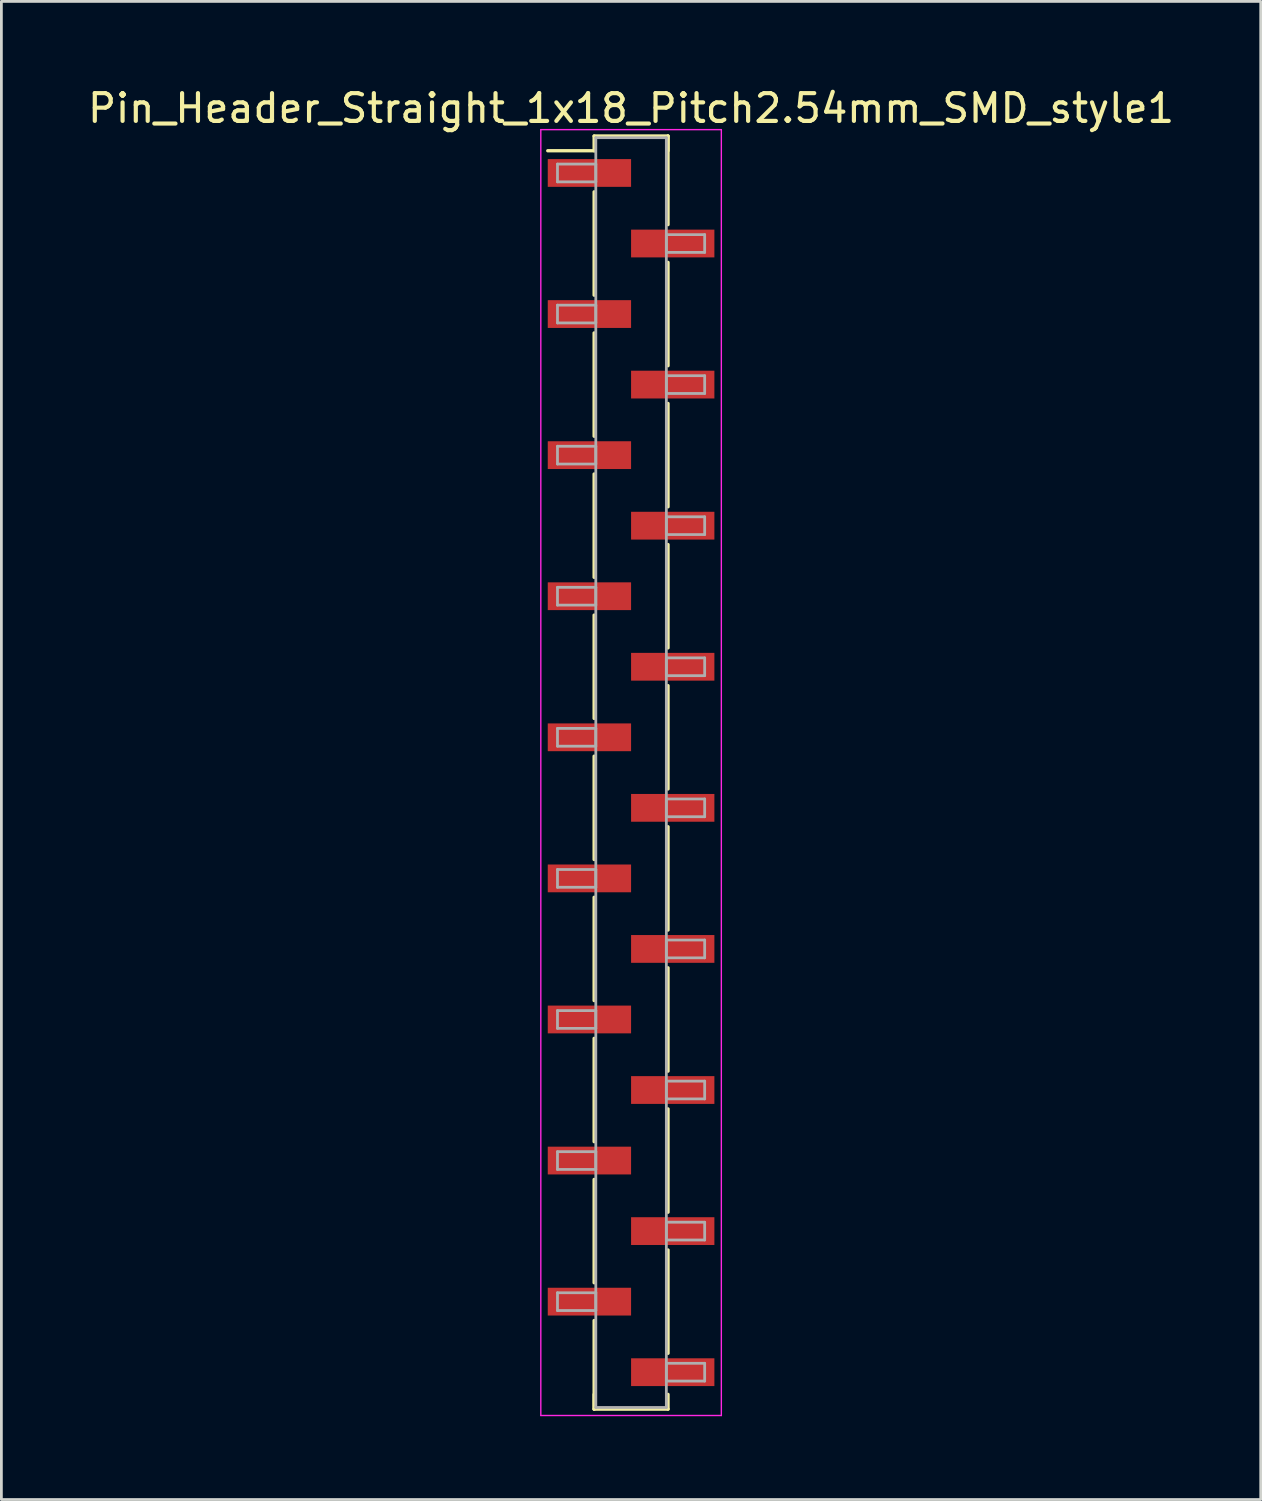
<source format=kicad_pcb>
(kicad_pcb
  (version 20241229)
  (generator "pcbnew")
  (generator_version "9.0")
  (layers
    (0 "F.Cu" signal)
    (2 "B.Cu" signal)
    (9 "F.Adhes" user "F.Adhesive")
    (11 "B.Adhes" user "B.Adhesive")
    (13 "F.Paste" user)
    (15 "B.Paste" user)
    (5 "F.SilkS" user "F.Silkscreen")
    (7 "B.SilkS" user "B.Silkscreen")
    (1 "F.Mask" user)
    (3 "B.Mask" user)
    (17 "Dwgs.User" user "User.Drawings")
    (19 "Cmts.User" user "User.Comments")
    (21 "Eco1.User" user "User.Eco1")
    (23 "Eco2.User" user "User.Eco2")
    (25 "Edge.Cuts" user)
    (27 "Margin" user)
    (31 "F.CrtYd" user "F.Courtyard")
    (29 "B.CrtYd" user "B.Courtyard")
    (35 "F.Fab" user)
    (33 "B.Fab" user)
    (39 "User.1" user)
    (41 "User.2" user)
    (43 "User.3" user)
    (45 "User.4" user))
  (footprint "Pin_Header_Straight_1x18_Pitch2.54mm_SMD_style1"
    (layer "F.Cu")
    (at 19.673 24.768)
    (property "Reference" "Pin_Header_Straight_1x18_Pitch2.54mm_SMD_style1" (at 0 -23.92 0) (layer "F.SilkS") (effects (font (size 1 1) (thickness 0.15))))
    (attr smd)
    (fp_line (start -1.33 -22.92) (end 1.33 -22.92) (stroke (width 0.12) (type solid)) (layer "F.SilkS"))
    (fp_line (start -1.33 -22.39) (end -3 -22.39) (stroke (width 0.12) (type solid)) (layer "F.SilkS"))
    (fp_line (start -1.33 -22.39) (end -1.33 -22.92) (stroke (width 0.12) (type solid)) (layer "F.SilkS"))
    (fp_line (start -1.33 -20.91) (end -1.33 -17.19) (stroke (width 0.12) (type solid)) (layer "F.SilkS"))
    (fp_line (start -1.33 -15.83) (end -1.33 -12.11) (stroke (width 0.12) (type solid)) (layer "F.SilkS"))
    (fp_line (start -1.33 -10.75) (end -1.33 -7.03) (stroke (width 0.12) (type solid)) (layer "F.SilkS"))
    (fp_line (start -1.33 -5.67) (end -1.33 -1.95) (stroke (width 0.12) (type solid)) (layer "F.SilkS"))
    (fp_line (start -1.33 -0.59) (end -1.33 3.13) (stroke (width 0.12) (type solid)) (layer "F.SilkS"))
    (fp_line (start -1.33 4.49) (end -1.33 8.21) (stroke (width 0.12) (type solid)) (layer "F.SilkS"))
    (fp_line (start -1.33 9.57) (end -1.33 13.29) (stroke (width 0.12) (type solid)) (layer "F.SilkS"))
    (fp_line (start -1.33 14.65) (end -1.33 18.37) (stroke (width 0.12) (type solid)) (layer "F.SilkS"))
    (fp_line (start -1.33 19.73) (end -1.33 22.92) (stroke (width 0.12) (type solid)) (layer "F.SilkS"))
    (fp_line (start -1.33 22.39) (end -1.33 22.92) (stroke (width 0.12) (type solid)) (layer "F.SilkS"))
    (fp_line (start -1.33 22.92) (end 1.33 22.92) (stroke (width 0.12) (type solid)) (layer "F.SilkS"))
    (fp_line (start 1.33 -22.92) (end 1.33 -22.39) (stroke (width 0.12) (type solid)) (layer "F.SilkS"))
    (fp_line (start 1.33 -22.92) (end 1.33 -19.73) (stroke (width 0.12) (type solid)) (layer "F.SilkS"))
    (fp_line (start 1.33 -18.37) (end 1.33 -14.65) (stroke (width 0.12) (type solid)) (layer "F.SilkS"))
    (fp_line (start 1.33 -13.29) (end 1.33 -9.57) (stroke (width 0.12) (type solid)) (layer "F.SilkS"))
    (fp_line (start 1.33 -8.21) (end 1.33 -4.49) (stroke (width 0.12) (type solid)) (layer "F.SilkS"))
    (fp_line (start 1.33 -3.13) (end 1.33 0.59) (stroke (width 0.12) (type solid)) (layer "F.SilkS"))
    (fp_line (start 1.33 1.95) (end 1.33 5.67) (stroke (width 0.12) (type solid)) (layer "F.SilkS"))
    (fp_line (start 1.33 7.03) (end 1.33 10.75) (stroke (width 0.12) (type solid)) (layer "F.SilkS"))
    (fp_line (start 1.33 12.11) (end 1.33 15.83) (stroke (width 0.12) (type solid)) (layer "F.SilkS"))
    (fp_line (start 1.33 17.19) (end 1.33 20.91) (stroke (width 0.12) (type solid)) (layer "F.SilkS"))
    (fp_line (start 1.33 22.92) (end 1.33 22.39) (stroke (width 0.12) (type solid)) (layer "F.SilkS"))
    (fp_line (start -3.25 -23.15) (end -3.25 23.15) (stroke (width 0.05) (type solid)) (layer "F.CrtYd"))
    (fp_line (start -3.25 23.15) (end 3.25 23.15) (stroke (width 0.05) (type solid)) (layer "F.CrtYd"))
    (fp_line (start 3.25 -23.15) (end -3.25 -23.15) (stroke (width 0.05) (type solid)) (layer "F.CrtYd"))
    (fp_line (start 3.25 23.15) (end 3.25 -23.15) (stroke (width 0.05) (type solid)) (layer "F.CrtYd"))
    (fp_line (start -2.65 -21.91) (end -1.27 -21.91) (stroke (width 0.1) (type solid)) (layer "F.Fab"))
    (fp_line (start -2.65 -21.27) (end -2.65 -21.91) (stroke (width 0.1) (type solid)) (layer "F.Fab"))
    (fp_line (start -2.65 -16.83) (end -1.27 -16.83) (stroke (width 0.1) (type solid)) (layer "F.Fab"))
    (fp_line (start -2.65 -16.19) (end -2.65 -16.83) (stroke (width 0.1) (type solid)) (layer "F.Fab"))
    (fp_line (start -2.65 -11.75) (end -1.27 -11.75) (stroke (width 0.1) (type solid)) (layer "F.Fab"))
    (fp_line (start -2.65 -11.11) (end -2.65 -11.75) (stroke (width 0.1) (type solid)) (layer "F.Fab"))
    (fp_line (start -2.65 -6.67) (end -1.27 -6.67) (stroke (width 0.1) (type solid)) (layer "F.Fab"))
    (fp_line (start -2.65 -6.03) (end -2.65 -6.67) (stroke (width 0.1) (type solid)) (layer "F.Fab"))
    (fp_line (start -2.65 -1.59) (end -1.27 -1.59) (stroke (width 0.1) (type solid)) (layer "F.Fab"))
    (fp_line (start -2.65 -0.95) (end -2.65 -1.59) (stroke (width 0.1) (type solid)) (layer "F.Fab"))
    (fp_line (start -2.65 3.49) (end -1.27 3.49) (stroke (width 0.1) (type solid)) (layer "F.Fab"))
    (fp_line (start -2.65 4.13) (end -2.65 3.49) (stroke (width 0.1) (type solid)) (layer "F.Fab"))
    (fp_line (start -2.65 8.57) (end -1.27 8.57) (stroke (width 0.1) (type solid)) (layer "F.Fab"))
    (fp_line (start -2.65 9.21) (end -2.65 8.57) (stroke (width 0.1) (type solid)) (layer "F.Fab"))
    (fp_line (start -2.65 13.65) (end -1.27 13.65) (stroke (width 0.1) (type solid)) (layer "F.Fab"))
    (fp_line (start -2.65 14.29) (end -2.65 13.65) (stroke (width 0.1) (type solid)) (layer "F.Fab"))
    (fp_line (start -2.65 18.73) (end -1.27 18.73) (stroke (width 0.1) (type solid)) (layer "F.Fab"))
    (fp_line (start -2.65 19.37) (end -2.65 18.73) (stroke (width 0.1) (type solid)) (layer "F.Fab"))
    (fp_line (start -1.27 -22.86) (end -1.27 22.86) (stroke (width 0.1) (type solid)) (layer "F.Fab"))
    (fp_line (start -1.27 -21.91) (end -1.27 -21.27) (stroke (width 0.1) (type solid)) (layer "F.Fab"))
    (fp_line (start -1.27 -21.27) (end -2.65 -21.27) (stroke (width 0.1) (type solid)) (layer "F.Fab"))
    (fp_line (start -1.27 -16.83) (end -1.27 -16.19) (stroke (width 0.1) (type solid)) (layer "F.Fab"))
    (fp_line (start -1.27 -16.19) (end -2.65 -16.19) (stroke (width 0.1) (type solid)) (layer "F.Fab"))
    (fp_line (start -1.27 -11.75) (end -1.27 -11.11) (stroke (width 0.1) (type solid)) (layer "F.Fab"))
    (fp_line (start -1.27 -11.11) (end -2.65 -11.11) (stroke (width 0.1) (type solid)) (layer "F.Fab"))
    (fp_line (start -1.27 -6.67) (end -1.27 -6.03) (stroke (width 0.1) (type solid)) (layer "F.Fab"))
    (fp_line (start -1.27 -6.03) (end -2.65 -6.03) (stroke (width 0.1) (type solid)) (layer "F.Fab"))
    (fp_line (start -1.27 -1.59) (end -1.27 -0.95) (stroke (width 0.1) (type solid)) (layer "F.Fab"))
    (fp_line (start -1.27 -0.95) (end -2.65 -0.95) (stroke (width 0.1) (type solid)) (layer "F.Fab"))
    (fp_line (start -1.27 3.49) (end -1.27 4.13) (stroke (width 0.1) (type solid)) (layer "F.Fab"))
    (fp_line (start -1.27 4.13) (end -2.65 4.13) (stroke (width 0.1) (type solid)) (layer "F.Fab"))
    (fp_line (start -1.27 8.57) (end -1.27 9.21) (stroke (width 0.1) (type solid)) (layer "F.Fab"))
    (fp_line (start -1.27 9.21) (end -2.65 9.21) (stroke (width 0.1) (type solid)) (layer "F.Fab"))
    (fp_line (start -1.27 13.65) (end -1.27 14.29) (stroke (width 0.1) (type solid)) (layer "F.Fab"))
    (fp_line (start -1.27 14.29) (end -2.65 14.29) (stroke (width 0.1) (type solid)) (layer "F.Fab"))
    (fp_line (start -1.27 18.73) (end -1.27 19.37) (stroke (width 0.1) (type solid)) (layer "F.Fab"))
    (fp_line (start -1.27 19.37) (end -2.65 19.37) (stroke (width 0.1) (type solid)) (layer "F.Fab"))
    (fp_line (start -1.27 22.86) (end 1.27 22.86) (stroke (width 0.1) (type solid)) (layer "F.Fab"))
    (fp_line (start 1.27 -22.86) (end -1.27 -22.86) (stroke (width 0.1) (type solid)) (layer "F.Fab"))
    (fp_line (start 1.27 -19.37) (end 1.27 -18.73) (stroke (width 0.1) (type solid)) (layer "F.Fab"))
    (fp_line (start 1.27 -18.73) (end 2.65 -18.73) (stroke (width 0.1) (type solid)) (layer "F.Fab"))
    (fp_line (start 1.27 -14.29) (end 1.27 -13.65) (stroke (width 0.1) (type solid)) (layer "F.Fab"))
    (fp_line (start 1.27 -13.65) (end 2.65 -13.65) (stroke (width 0.1) (type solid)) (layer "F.Fab"))
    (fp_line (start 1.27 -9.21) (end 1.27 -8.57) (stroke (width 0.1) (type solid)) (layer "F.Fab"))
    (fp_line (start 1.27 -8.57) (end 2.65 -8.57) (stroke (width 0.1) (type solid)) (layer "F.Fab"))
    (fp_line (start 1.27 -4.13) (end 1.27 -3.49) (stroke (width 0.1) (type solid)) (layer "F.Fab"))
    (fp_line (start 1.27 -3.49) (end 2.65 -3.49) (stroke (width 0.1) (type solid)) (layer "F.Fab"))
    (fp_line (start 1.27 0.95) (end 1.27 1.59) (stroke (width 0.1) (type solid)) (layer "F.Fab"))
    (fp_line (start 1.27 1.59) (end 2.65 1.59) (stroke (width 0.1) (type solid)) (layer "F.Fab"))
    (fp_line (start 1.27 6.03) (end 1.27 6.67) (stroke (width 0.1) (type solid)) (layer "F.Fab"))
    (fp_line (start 1.27 6.67) (end 2.65 6.67) (stroke (width 0.1) (type solid)) (layer "F.Fab"))
    (fp_line (start 1.27 11.11) (end 1.27 11.75) (stroke (width 0.1) (type solid)) (layer "F.Fab"))
    (fp_line (start 1.27 11.75) (end 2.65 11.75) (stroke (width 0.1) (type solid)) (layer "F.Fab"))
    (fp_line (start 1.27 16.19) (end 1.27 16.83) (stroke (width 0.1) (type solid)) (layer "F.Fab"))
    (fp_line (start 1.27 16.83) (end 2.65 16.83) (stroke (width 0.1) (type solid)) (layer "F.Fab"))
    (fp_line (start 1.27 21.27) (end 1.27 21.91) (stroke (width 0.1) (type solid)) (layer "F.Fab"))
    (fp_line (start 1.27 21.91) (end 2.65 21.91) (stroke (width 0.1) (type solid)) (layer "F.Fab"))
    (fp_line (start 1.27 22.86) (end 1.27 -22.86) (stroke (width 0.1) (type solid)) (layer "F.Fab"))
    (fp_line (start 2.65 -19.37) (end 1.27 -19.37) (stroke (width 0.1) (type solid)) (layer "F.Fab"))
    (fp_line (start 2.65 -18.73) (end 2.65 -19.37) (stroke (width 0.1) (type solid)) (layer "F.Fab"))
    (fp_line (start 2.65 -14.29) (end 1.27 -14.29) (stroke (width 0.1) (type solid)) (layer "F.Fab"))
    (fp_line (start 2.65 -13.65) (end 2.65 -14.29) (stroke (width 0.1) (type solid)) (layer "F.Fab"))
    (fp_line (start 2.65 -9.21) (end 1.27 -9.21) (stroke (width 0.1) (type solid)) (layer "F.Fab"))
    (fp_line (start 2.65 -8.57) (end 2.65 -9.21) (stroke (width 0.1) (type solid)) (layer "F.Fab"))
    (fp_line (start 2.65 -4.13) (end 1.27 -4.13) (stroke (width 0.1) (type solid)) (layer "F.Fab"))
    (fp_line (start 2.65 -3.49) (end 2.65 -4.13) (stroke (width 0.1) (type solid)) (layer "F.Fab"))
    (fp_line (start 2.65 0.95) (end 1.27 0.95) (stroke (width 0.1) (type solid)) (layer "F.Fab"))
    (fp_line (start 2.65 1.59) (end 2.65 0.95) (stroke (width 0.1) (type solid)) (layer "F.Fab"))
    (fp_line (start 2.65 6.03) (end 1.27 6.03) (stroke (width 0.1) (type solid)) (layer "F.Fab"))
    (fp_line (start 2.65 6.67) (end 2.65 6.03) (stroke (width 0.1) (type solid)) (layer "F.Fab"))
    (fp_line (start 2.65 11.11) (end 1.27 11.11) (stroke (width 0.1) (type solid)) (layer "F.Fab"))
    (fp_line (start 2.65 11.75) (end 2.65 11.11) (stroke (width 0.1) (type solid)) (layer "F.Fab"))
    (fp_line (start 2.65 16.19) (end 1.27 16.19) (stroke (width 0.1) (type solid)) (layer "F.Fab"))
    (fp_line (start 2.65 16.83) (end 2.65 16.19) (stroke (width 0.1) (type solid)) (layer "F.Fab"))
    (fp_line (start 2.65 21.27) (end 1.27 21.27) (stroke (width 0.1) (type solid)) (layer "F.Fab"))
    (fp_line (start 2.65 21.91) (end 2.65 21.27) (stroke (width 0.1) (type solid)) (layer "F.Fab"))
    (pad "1" smd rect (at -1.5 -21.59) (size 3 1) (layers "F.Cu" "F.Mask"))
    (pad "2" smd rect (at 1.5 -19.05) (size 3 1) (layers "F.Cu" "F.Mask"))
    (pad "3" smd rect (at -1.5 -16.51) (size 3 1) (layers "F.Cu" "F.Mask"))
    (pad "4" smd rect (at 1.5 -13.97) (size 3 1) (layers "F.Cu" "F.Mask"))
    (pad "5" smd rect (at -1.5 -11.43) (size 3 1) (layers "F.Cu" "F.Mask"))
    (pad "6" smd rect (at 1.5 -8.89) (size 3 1) (layers "F.Cu" "F.Mask"))
    (pad "7" smd rect (at -1.5 -6.35) (size 3 1) (layers "F.Cu" "F.Mask"))
    (pad "8" smd rect (at 1.5 -3.81) (size 3 1) (layers "F.Cu" "F.Mask"))
    (pad "9" smd rect (at -1.5 -1.27) (size 3 1) (layers "F.Cu" "F.Mask"))
    (pad "10" smd rect (at 1.5 1.27) (size 3 1) (layers "F.Cu" "F.Mask"))
    (pad "11" smd rect (at -1.5 3.81) (size 3 1) (layers "F.Cu" "F.Mask"))
    (pad "12" smd rect (at 1.5 6.35) (size 3 1) (layers "F.Cu" "F.Mask"))
    (pad "13" smd rect (at -1.5 8.89) (size 3 1) (layers "F.Cu" "F.Mask"))
    (pad "14" smd rect (at 1.5 11.43) (size 3 1) (layers "F.Cu" "F.Mask"))
    (pad "15" smd rect (at -1.5 13.97) (size 3 1) (layers "F.Cu" "F.Mask"))
    (pad "16" smd rect (at 1.5 16.51) (size 3 1) (layers "F.Cu" "F.Mask"))
    (pad "17" smd rect (at -1.5 19.05) (size 3 1) (layers "F.Cu" "F.Mask"))
    (pad "18" smd rect (at 1.5 21.59) (size 3 1) (layers "F.Cu" "F.Mask")))
  (gr_rect
    (start -3 -3)
    (end 42.345 50.943)
    (stroke (width 0.1) (type default))
    (fill no)
    (layer "Edge.Cuts")))
</source>
